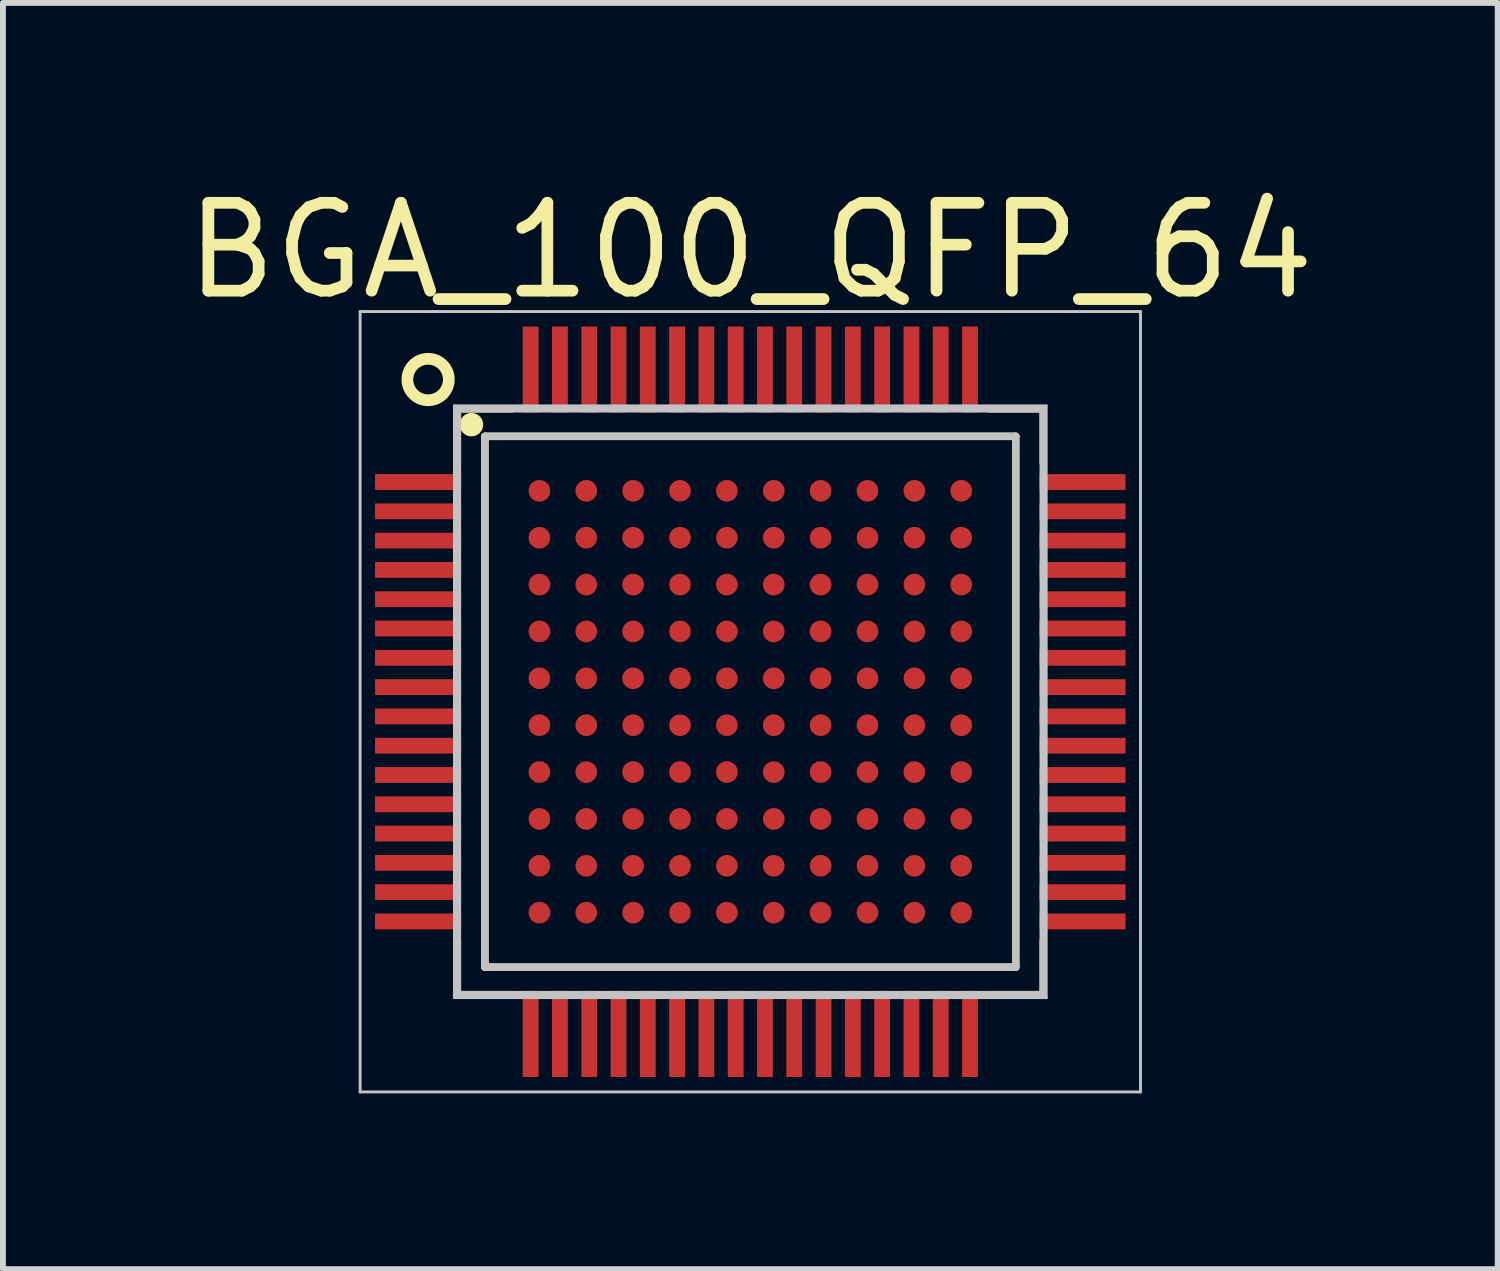
<source format=kicad_pcb>
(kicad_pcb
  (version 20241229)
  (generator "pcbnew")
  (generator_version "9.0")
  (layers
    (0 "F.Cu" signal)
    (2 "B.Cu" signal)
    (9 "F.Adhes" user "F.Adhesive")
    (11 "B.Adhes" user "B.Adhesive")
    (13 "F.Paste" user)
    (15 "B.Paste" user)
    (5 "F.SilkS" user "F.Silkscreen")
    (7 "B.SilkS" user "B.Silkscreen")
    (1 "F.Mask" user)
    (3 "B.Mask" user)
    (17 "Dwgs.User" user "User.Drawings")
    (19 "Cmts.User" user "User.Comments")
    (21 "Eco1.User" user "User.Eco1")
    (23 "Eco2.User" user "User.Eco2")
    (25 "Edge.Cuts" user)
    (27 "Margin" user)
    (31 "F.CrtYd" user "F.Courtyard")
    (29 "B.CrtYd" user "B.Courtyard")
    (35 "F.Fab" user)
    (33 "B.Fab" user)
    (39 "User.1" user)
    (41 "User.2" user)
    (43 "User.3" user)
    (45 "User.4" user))
  (footprint "BGA_100_QFP_64"
    (layer "F.Cu")
    (at 9.757 8.928)
    (property "Reference" "BGA_100_QFP_64" (at 0 -7.7 0) (layer "F.SilkS") (effects (font (size 1.5 1.5) (thickness 0.2))))
    (attr smd)
    (fp_line (start -5 -5) (end -5 -4.07) (stroke (width 0.127) (type solid)) (layer "F.SilkS"))
    (fp_line (start -5 4.07) (end -5 5) (stroke (width 0.127) (type solid)) (layer "F.SilkS"))
    (fp_line (start -5 5) (end -4.07 5) (stroke (width 0.127) (type solid)) (layer "F.SilkS"))
    (fp_line (start -4.53 -4.53) (end 4.53 -4.53) (stroke (width 0.127) (type solid)) (layer "F.SilkS"))
    (fp_line (start -4.53 4.53) (end -4.53 -4.53) (stroke (width 0.127) (type solid)) (layer "F.SilkS"))
    (fp_line (start -4.07 -5) (end -5 -5) (stroke (width 0.127) (type solid)) (layer "F.SilkS"))
    (fp_line (start 4.07 -5) (end 5 -5) (stroke (width 0.127) (type solid)) (layer "F.SilkS"))
    (fp_line (start 4.53 -4.53) (end 4.53 4.53) (stroke (width 0.127) (type solid)) (layer "F.SilkS"))
    (fp_line (start 4.53 4.53) (end -4.53 4.53) (stroke (width 0.127) (type solid)) (layer "F.SilkS"))
    (fp_line (start 5 -5) (end 5 -4.07) (stroke (width 0.127) (type solid)) (layer "F.SilkS"))
    (fp_line (start 5 4.07) (end 5 5) (stroke (width 0.127) (type solid)) (layer "F.SilkS"))
    (fp_line (start 5 5) (end 4.07 5) (stroke (width 0.127) (type solid)) (layer "F.SilkS"))
    (fp_circle (center -5.5 -5.5) (end -5.25 -5.75) (stroke (width 0.2) (type solid)) (fill no) (layer "F.SilkS"))
    (fp_circle (center -4.76 -4.73) (end -4.66 -4.73) (stroke (width 0.2) (type solid)) (fill no) (layer "F.SilkS"))
    (fp_line (start -6.66 -6.66) (end -6.66 6.66) (stroke (width 0.05) (type solid)) (layer "Dwgs.User"))
    (fp_line (start -6.66 6.66) (end 6.66 6.66) (stroke (width 0.05) (type solid)) (layer "Dwgs.User"))
    (fp_line (start -5.05 -5.05) (end 5.05 -5.05) (stroke (width 0.05) (type solid)) (layer "Dwgs.User"))
    (fp_line (start -5.05 5.05) (end -5.05 -5.05) (stroke (width 0.05) (type solid)) (layer "Dwgs.User"))
    (fp_line (start -5 -5) (end -5 5) (stroke (width 0.127) (type solid)) (layer "Dwgs.User"))
    (fp_line (start -5 5) (end 5 5) (stroke (width 0.127) (type solid)) (layer "Dwgs.User"))
    (fp_line (start -4.53 -4.53) (end 4.53 -4.53) (stroke (width 0.127) (type solid)) (layer "Dwgs.User"))
    (fp_line (start -4.53 4.53) (end -4.53 -4.53) (stroke (width 0.127) (type solid)) (layer "Dwgs.User"))
    (fp_line (start 4.53 -4.53) (end 4.53 4.53) (stroke (width 0.127) (type solid)) (layer "Dwgs.User"))
    (fp_line (start 4.53 4.53) (end -4.53 4.53) (stroke (width 0.127) (type solid)) (layer "Dwgs.User"))
    (fp_line (start 5 -5) (end -5 -5) (stroke (width 0.127) (type solid)) (layer "Dwgs.User"))
    (fp_line (start 5 5) (end 5 -5) (stroke (width 0.127) (type solid)) (layer "Dwgs.User"))
    (fp_line (start 5.05 -5.05) (end 5.05 5.05) (stroke (width 0.05) (type solid)) (layer "Dwgs.User"))
    (fp_line (start 5.05 5.05) (end -5.05 5.05) (stroke (width 0.05) (type solid)) (layer "Dwgs.User"))
    (fp_line (start 6.66 -6.66) (end -6.66 -6.66) (stroke (width 0.05) (type solid)) (layer "Dwgs.User"))
    (fp_line (start 6.66 6.66) (end 6.66 -6.66) (stroke (width 0.05) (type solid)) (layer "Dwgs.User"))
    (pad "A1" smd rect (at -5.67 -2.25) (size 1.47 0.27) (layers "F.Cu" "F.Mask" "F.Paste"))
    (pad "A1" smd circle (at -3.6 -3.6) (size 0.37 0.37) (layers "F.Cu" "F.Mask" "F.Paste"))
    (pad "A2" smd circle (at -2.8 -3.6) (size 0.37 0.37) (layers "F.Cu" "F.Mask" "F.Paste"))
    (pad "A3" smd circle (at -2 -3.6) (size 0.37 0.37) (layers "F.Cu" "F.Mask" "F.Paste"))
    (pad "A3" smd rect (at 5.67 -2.25 180) (size 1.47 0.27) (layers "F.Cu" "F.Mask" "F.Paste"))
    (pad "A4" smd rect (at -2.75 -5.67 270) (size 1.47 0.27) (layers "F.Cu" "F.Mask" "F.Paste"))
    (pad "A4" smd circle (at -1.2 -3.6) (size 0.37 0.37) (layers "F.Cu" "F.Mask" "F.Paste"))
    (pad "A5" smd rect (at -2.25 -5.67 270) (size 1.47 0.27) (layers "F.Cu" "F.Mask" "F.Paste"))
    (pad "A5" smd circle (at -0.4 -3.6) (size 0.37 0.37) (layers "F.Cu" "F.Mask" "F.Paste"))
    (pad "A6" smd rect (at -1.25 -5.67 270) (size 1.47 0.27) (layers "F.Cu" "F.Mask" "F.Paste"))
    (pad "A6" smd circle (at 0.4 -3.6) (size 0.37 0.37) (layers "F.Cu" "F.Mask" "F.Paste"))
    (pad "A7" smd rect (at -0.25 -5.67 270) (size 1.47 0.27) (layers "F.Cu" "F.Mask" "F.Paste"))
    (pad "A7" smd circle (at 1.2 -3.6) (size 0.37 0.37) (layers "F.Cu" "F.Mask" "F.Paste"))
    (pad "A8" smd rect (at 0.25 -5.67 270) (size 1.47 0.27) (layers "F.Cu" "F.Mask" "F.Paste"))
    (pad "A8" smd circle (at 2 -3.6) (size 0.37 0.37) (layers "F.Cu" "F.Mask" "F.Paste"))
    (pad "A9" smd rect (at 2.75 -5.67 270) (size 1.47 0.27) (layers "F.Cu" "F.Mask" "F.Paste"))
    (pad "A9" smd circle (at 2.8 -3.6) (size 0.37 0.37) (layers "F.Cu" "F.Mask" "F.Paste"))
    (pad "A10" smd rect (at 3.25 -5.67 270) (size 1.47 0.27) (layers "F.Cu" "F.Mask" "F.Paste"))
    (pad "A10" smd circle (at 3.6 -3.6) (size 0.37 0.37) (layers "F.Cu" "F.Mask" "F.Paste"))
    (pad "B1" smd circle (at -3.6 -2.8) (size 0.37 0.37) (layers "F.Cu" "F.Mask" "F.Paste"))
    (pad "B2" smd rect (at -5.67 -3.75) (size 1.47 0.27) (layers "F.Cu" "F.Mask" "F.Paste"))
    (pad "B2" smd circle (at -2.8 -2.8) (size 0.37 0.37) (layers "F.Cu" "F.Mask" "F.Paste"))
    (pad "B3" smd circle (at -2 -2.8) (size 0.37 0.37) (layers "F.Cu" "F.Mask" "F.Paste"))
    (pad "B4" smd rect (at -3.25 -5.67 270) (size 1.47 0.27) (layers "F.Cu" "F.Mask" "F.Paste"))
    (pad "B4" smd circle (at -1.2 -2.8) (size 0.37 0.37) (layers "F.Cu" "F.Mask" "F.Paste"))
    (pad "B5" smd circle (at -0.4 -2.8) (size 0.37 0.37) (layers "F.Cu" "F.Mask" "F.Paste"))
    (pad "B6" smd circle (at 0.4 -2.8) (size 0.37 0.37) (layers "F.Cu" "F.Mask" "F.Paste"))
    (pad "B7" smd circle (at 1.2 -2.8) (size 0.37 0.37) (layers "F.Cu" "F.Mask" "F.Paste"))
    (pad "B7" smd rect (at 2.25 -5.67 270) (size 1.47 0.27) (layers "F.Cu" "F.Mask" "F.Paste"))
    (pad "B8" smd circle (at 2 -2.8) (size 0.37 0.37) (layers "F.Cu" "F.Mask" "F.Paste"))
    (pad "B9" smd circle (at 2.8 -2.8) (size 0.37 0.37) (layers "F.Cu" "F.Mask" "F.Paste"))
    (pad "B10" smd circle (at 3.6 -2.8) (size 0.37 0.37) (layers "F.Cu" "F.Mask" "F.Paste"))
    (pad "B10" smd rect (at 3.75 -5.67 270) (size 1.47 0.27) (layers "F.Cu" "F.Mask" "F.Paste"))
    (pad "C1" smd rect (at -5.67 -1.75) (size 1.47 0.27) (layers "F.Cu" "F.Mask" "F.Paste"))
    (pad "C1" smd circle (at -3.6 -2) (size 0.37 0.37) (layers "F.Cu" "F.Mask" "F.Paste"))
    (pad "C2" smd rect (at -3.75 -5.67 270) (size 1.47 0.27) (layers "F.Cu" "F.Mask" "F.Paste"))
    (pad "C2" smd circle (at -2.8 -2) (size 0.37 0.37) (layers "F.Cu" "F.Mask" "F.Paste"))
    (pad "C3" smd circle (at -2 -2) (size 0.37 0.37) (layers "F.Cu" "F.Mask" "F.Paste"))
    (pad "C4" smd circle (at -1.2 -2) (size 0.37 0.37) (layers "F.Cu" "F.Mask" "F.Paste"))
    (pad "C5" smd circle (at -0.4 -2) (size 0.37 0.37) (layers "F.Cu" "F.Mask" "F.Paste"))
    (pad "C5" smd rect (at 0.75 -5.67 270) (size 1.47 0.27) (layers "F.Cu" "F.Mask" "F.Paste"))
    (pad "C6" smd circle (at 0.4 -2) (size 0.37 0.37) (layers "F.Cu" "F.Mask" "F.Paste"))
    (pad "C6" smd rect (at 1.75 -5.67 270) (size 1.47 0.27) (layers "F.Cu" "F.Mask" "F.Paste"))
    (pad "C7" smd circle (at 1.2 -2) (size 0.37 0.37) (layers "F.Cu" "F.Mask" "F.Paste"))
    (pad "C8" smd circle (at 2 -2) (size 0.37 0.37) (layers "F.Cu" "F.Mask" "F.Paste"))
    (pad "C8" smd rect (at 5.67 -3.25 180) (size 1.47 0.27) (layers "F.Cu" "F.Mask" "F.Paste"))
    (pad "C9" smd circle (at 2.8 -2) (size 0.37 0.37) (layers "F.Cu" "F.Mask" "F.Paste"))
    (pad "C10" smd circle (at 3.6 -2) (size 0.37 0.37) (layers "F.Cu" "F.Mask" "F.Paste"))
    (pad "C10" smd rect (at 5.67 -3.75 180) (size 1.47 0.27) (layers "F.Cu" "F.Mask" "F.Paste"))
    (pad "D1" smd rect (at -5.67 -1.25) (size 1.47 0.27) (layers "F.Cu" "F.Mask" "F.Paste"))
    (pad "D1" smd circle (at -3.6 -1.2) (size 0.37 0.37) (layers "F.Cu" "F.Mask" "F.Paste"))
    (pad "D2" smd rect (at -5.67 -2.75) (size 1.47 0.27) (layers "F.Cu" "F.Mask" "F.Paste"))
    (pad "D2" smd circle (at -2.8 -1.2) (size 0.37 0.37) (layers "F.Cu" "F.Mask" "F.Paste"))
    (pad "D3" smd circle (at -2 -1.2) (size 0.37 0.37) (layers "F.Cu" "F.Mask" "F.Paste"))
    (pad "D4" smd circle (at -1.2 -1.2) (size 0.37 0.37) (layers "F.Cu" "F.Mask" "F.Paste"))
    (pad "D5" smd rect (at -5.67 -3.25) (size 1.47 0.27) (layers "F.Cu" "F.Mask" "F.Paste"))
    (pad "D5" smd circle (at -0.4 -1.2) (size 0.37 0.37) (layers "F.Cu" "F.Mask" "F.Paste"))
    (pad "D6" smd rect (at -3.75 5.67 90) (size 1.47 0.27) (layers "F.Cu" "F.Mask" "F.Paste"))
    (pad "D6" smd circle (at 0.4 -1.2) (size 0.37 0.37) (layers "F.Cu" "F.Mask" "F.Paste"))
    (pad "D7" smd circle (at 1.2 -1.2) (size 0.37 0.37) (layers "F.Cu" "F.Mask" "F.Paste"))
    (pad "D7" smd rect (at 1.25 -5.67 270) (size 1.47 0.27) (layers "F.Cu" "F.Mask" "F.Paste"))
    (pad "D8" smd circle (at 2 -1.2) (size 0.37 0.37) (layers "F.Cu" "F.Mask" "F.Paste"))
    (pad "D8" smd rect (at 5.67 -1.75 180) (size 1.47 0.27) (layers "F.Cu" "F.Mask" "F.Paste"))
    (pad "D9" smd circle (at 2.8 -1.2) (size 0.37 0.37) (layers "F.Cu" "F.Mask" "F.Paste"))
    (pad "D10" smd circle (at 3.6 -1.2) (size 0.37 0.37) (layers "F.Cu" "F.Mask" "F.Paste"))
    (pad "E1" smd rect (at -5.67 0.25) (size 1.47 0.27) (layers "F.Cu" "F.Mask" "F.Paste"))
    (pad "E1" smd circle (at -3.6 -0.4) (size 0.37 0.37) (layers "F.Cu" "F.Mask" "F.Paste"))
    (pad "E2" smd circle (at -2.8 -0.4) (size 0.37 0.37) (layers "F.Cu" "F.Mask" "F.Paste"))
    (pad "E3" smd rect (at -5.67 -0.75) (size 1.47 0.27) (layers "F.Cu" "F.Mask" "F.Paste"))
    (pad "E3" smd circle (at -2 -0.4) (size 0.37 0.37) (layers "F.Cu" "F.Mask" "F.Paste"))
    (pad "E4" smd circle (at -1.2 -0.4) (size 0.37 0.37) (layers "F.Cu" "F.Mask" "F.Paste"))
    (pad "E4" smd rect (at 5.67 -2.75 180) (size 1.47 0.27) (layers "F.Cu" "F.Mask" "F.Paste"))
    (pad "E5" smd rect (at -1.75 -5.67 270) (size 1.47 0.27) (layers "F.Cu" "F.Mask" "F.Paste"))
    (pad "E5" smd circle (at -0.4 -0.4) (size 0.37 0.37) (layers "F.Cu" "F.Mask" "F.Paste"))
    (pad "E6" smd circle (at 0.4 -0.4) (size 0.37 0.37) (layers "F.Cu" "F.Mask" "F.Paste"))
    (pad "E6" smd rect (at 5.67 0.75 180) (size 1.47 0.27) (layers "F.Cu" "F.Mask" "F.Paste"))
    (pad "E7" smd circle (at 1.2 -0.4) (size 0.37 0.37) (layers "F.Cu" "F.Mask" "F.Paste"))
    (pad "E7" smd rect (at 5.67 -0.25 180) (size 1.47 0.27) (layers "F.Cu" "F.Mask" "F.Paste"))
    (pad "E8" smd circle (at 2 -0.4) (size 0.37 0.37) (layers "F.Cu" "F.Mask" "F.Paste"))
    (pad "E8" smd rect (at 5.67 -0.75 180) (size 1.47 0.27) (layers "F.Cu" "F.Mask" "F.Paste"))
    (pad "E9" smd circle (at 2.8 -0.4) (size 0.37 0.37) (layers "F.Cu" "F.Mask" "F.Paste"))
    (pad "E10" smd circle (at 3.6 -0.4) (size 0.37 0.37) (layers "F.Cu" "F.Mask" "F.Paste"))
    (pad "E10" smd rect (at 5.67 -1.25 180) (size 1.47 0.27) (layers "F.Cu" "F.Mask" "F.Paste"))
    (pad "F1" smd rect (at -5.67 0.75) (size 1.47 0.27) (layers "F.Cu" "F.Mask" "F.Paste"))
    (pad "F1" smd circle (at -3.6 0.4) (size 0.37 0.37) (layers "F.Cu" "F.Mask" "F.Paste"))
    (pad "F2" smd circle (at -2.8 0.4) (size 0.37 0.37) (layers "F.Cu" "F.Mask" "F.Paste"))
    (pad "F3" smd rect (at -5.67 -0.25) (size 1.47 0.27) (layers "F.Cu" "F.Mask" "F.Paste"))
    (pad "F3" smd circle (at -2 0.4) (size 0.37 0.37) (layers "F.Cu" "F.Mask" "F.Paste"))
    (pad "F4" smd circle (at -1.2 0.4) (size 0.37 0.37) (layers "F.Cu" "F.Mask" "F.Paste"))
    (pad "F5" smd rect (at -3.25 5.67 90) (size 1.47 0.27) (layers "F.Cu" "F.Mask" "F.Paste"))
    (pad "F5" smd circle (at -0.4 0.4) (size 0.37 0.37) (layers "F.Cu" "F.Mask" "F.Paste"))
    (pad "F6" smd circle (at 0.4 0.4) (size 0.37 0.37) (layers "F.Cu" "F.Mask" "F.Paste"))
    (pad "F6" smd rect (at 5.67 1.75 180) (size 1.47 0.27) (layers "F.Cu" "F.Mask" "F.Paste"))
    (pad "F7" smd circle (at 1.2 0.4) (size 0.37 0.37) (layers "F.Cu" "F.Mask" "F.Paste"))
    (pad "F8" smd circle (at 2 0.4) (size 0.37 0.37) (layers "F.Cu" "F.Mask" "F.Paste"))
    (pad "F8" smd rect (at 5.67 1.25 180) (size 1.47 0.27) (layers "F.Cu" "F.Mask" "F.Paste"))
    (pad "F9" smd circle (at 2.8 0.4) (size 0.37 0.37) (layers "F.Cu" "F.Mask" "F.Paste"))
    (pad "F9" smd rect (at 5.67 0.25 180) (size 1.47 0.27) (layers "F.Cu" "F.Mask" "F.Paste"))
    (pad "F10" smd circle (at 3.6 0.4) (size 0.37 0.37) (layers "F.Cu" "F.Mask" "F.Paste"))
    (pad "G1" smd rect (at -5.67 1.25) (size 1.47 0.27) (layers "F.Cu" "F.Mask" "F.Paste"))
    (pad "G1" smd circle (at -3.6 1.2) (size 0.37 0.37) (layers "F.Cu" "F.Mask" "F.Paste"))
    (pad "G2" smd circle (at -2.8 1.2) (size 0.37 0.37) (layers "F.Cu" "F.Mask" "F.Paste"))
    (pad "G3" smd rect (at -2.25 5.67 90) (size 1.47 0.27) (layers "F.Cu" "F.Mask" "F.Paste"))
    (pad "G3" smd circle (at -2 1.2) (size 0.37 0.37) (layers "F.Cu" "F.Mask" "F.Paste"))
    (pad "G4" smd rect (at -5.67 1.75) (size 1.47 0.27) (layers "F.Cu" "F.Mask" "F.Paste"))
    (pad "G4" smd circle (at -1.2 1.2) (size 0.37 0.37) (layers "F.Cu" "F.Mask" "F.Paste"))
    (pad "G5" smd circle (at -0.4 1.2) (size 0.37 0.37) (layers "F.Cu" "F.Mask" "F.Paste"))
    (pad "G5" smd rect (at -0.25 5.67 90) (size 1.47 0.27) (layers "F.Cu" "F.Mask" "F.Paste"))
    (pad "G6" smd circle (at 0.4 1.2) (size 0.37 0.37) (layers "F.Cu" "F.Mask" "F.Paste"))
    (pad "G6" smd rect (at 0.75 5.67 90) (size 1.47 0.27) (layers "F.Cu" "F.Mask" "F.Paste"))
    (pad "G7" smd circle (at 1.2 1.2) (size 0.37 0.37) (layers "F.Cu" "F.Mask" "F.Paste"))
    (pad "G7" smd rect (at 1.25 5.67 90) (size 1.47 0.27) (layers "F.Cu" "F.Mask" "F.Paste"))
    (pad "G8" smd circle (at 2 1.2) (size 0.37 0.37) (layers "F.Cu" "F.Mask" "F.Paste"))
    (pad "G9" smd circle (at 2.8 1.2) (size 0.37 0.37) (layers "F.Cu" "F.Mask" "F.Paste"))
    (pad "G9" smd rect (at 5.67 2.25 180) (size 1.47 0.27) (layers "F.Cu" "F.Mask" "F.Paste"))
    (pad "G10" smd circle (at 3.6 1.2) (size 0.37 0.37) (layers "F.Cu" "F.Mask" "F.Paste"))
    (pad "G10" smd rect (at 5.67 2.75 180) (size 1.47 0.27) (layers "F.Cu" "F.Mask" "F.Paste"))
    (pad "H1" smd rect (at -5.67 2.25) (size 1.47 0.27) (layers "F.Cu" "F.Mask" "F.Paste"))
    (pad "H1" smd circle (at -3.6 2) (size 0.37 0.37) (layers "F.Cu" "F.Mask" "F.Paste"))
    (pad "H2" smd rect (at -5.67 3.25) (size 1.47 0.27) (layers "F.Cu" "F.Mask" "F.Paste"))
    (pad "H2" smd circle (at -2.8 2) (size 0.37 0.37) (layers "F.Cu" "F.Mask" "F.Paste"))
    (pad "H3" smd circle (at -2 2) (size 0.37 0.37) (layers "F.Cu" "F.Mask" "F.Paste"))
    (pad "H4" smd rect (at -1.75 5.67 90) (size 1.47 0.27) (layers "F.Cu" "F.Mask" "F.Paste"))
    (pad "H4" smd circle (at -1.2 2) (size 0.37 0.37) (layers "F.Cu" "F.Mask" "F.Paste"))
    (pad "H5" smd rect (at -1.25 5.67 90) (size 1.47 0.27) (layers "F.Cu" "F.Mask" "F.Paste"))
    (pad "H5" smd circle (at -0.4 2) (size 0.37 0.37) (layers "F.Cu" "F.Mask" "F.Paste"))
    (pad "H6" smd circle (at 0.4 2) (size 0.37 0.37) (layers "F.Cu" "F.Mask" "F.Paste"))
    (pad "H7" smd circle (at 1.2 2) (size 0.37 0.37) (layers "F.Cu" "F.Mask" "F.Paste"))
    (pad "H7" smd rect (at 1.75 5.67 90) (size 1.47 0.27) (layers "F.Cu" "F.Mask" "F.Paste"))
    (pad "H8" smd circle (at 2 2) (size 0.37 0.37) (layers "F.Cu" "F.Mask" "F.Paste"))
    (pad "H9" smd circle (at 2.8 2) (size 0.37 0.37) (layers "F.Cu" "F.Mask" "F.Paste"))
    (pad "H9" smd rect (at 5.67 3.25 180) (size 1.47 0.27) (layers "F.Cu" "F.Mask" "F.Paste"))
    (pad "H10" smd circle (at 3.6 2) (size 0.37 0.37) (layers "F.Cu" "F.Mask" "F.Paste"))
    (pad "H10" smd rect (at 5.67 3.75 180) (size 1.47 0.27) (layers "F.Cu" "F.Mask" "F.Paste"))
    (pad "J1" smd circle (at -3.6 2.8) (size 0.37 0.37) (layers "F.Cu" "F.Mask" "F.Paste"))
    (pad "J2" smd circle (at -2.8 2.8) (size 0.37 0.37) (layers "F.Cu" "F.Mask" "F.Paste"))
    (pad "J3" smd rect (at -2.75 5.67 90) (size 1.47 0.27) (layers "F.Cu" "F.Mask" "F.Paste"))
    (pad "J3" smd circle (at -2 2.8) (size 0.37 0.37) (layers "F.Cu" "F.Mask" "F.Paste"))
    (pad "J4" smd circle (at -1.2 2.8) (size 0.37 0.37) (layers "F.Cu" "F.Mask" "F.Paste"))
    (pad "J5" smd rect (at -0.75 5.67 90) (size 1.47 0.27) (layers "F.Cu" "F.Mask" "F.Paste"))
    (pad "J5" smd circle (at -0.4 2.8) (size 0.37 0.37) (layers "F.Cu" "F.Mask" "F.Paste"))
    (pad "J6" smd rect (at 0.25 5.67 90) (size 1.47 0.27) (layers "F.Cu" "F.Mask" "F.Paste"))
    (pad "J6" smd circle (at 0.4 2.8) (size 0.37 0.37) (layers "F.Cu" "F.Mask" "F.Paste"))
    (pad "J7" smd circle (at 1.2 2.8) (size 0.37 0.37) (layers "F.Cu" "F.Mask" "F.Paste"))
    (pad "J7" smd rect (at 2.25 5.67 90) (size 1.47 0.27) (layers "F.Cu" "F.Mask" "F.Paste"))
    (pad "J8" smd circle (at 2 2.8) (size 0.37 0.37) (layers "F.Cu" "F.Mask" "F.Paste"))
    (pad "J9" smd circle (at 2.8 2.8) (size 0.37 0.37) (layers "F.Cu" "F.Mask" "F.Paste"))
    (pad "J10" smd rect (at -0.75 -5.67 270) (size 1.47 0.27) (layers "F.Cu" "F.Mask" "F.Paste"))
    (pad "J10" smd circle (at 3.6 2.8) (size 0.37 0.37) (layers "F.Cu" "F.Mask" "F.Paste"))
    (pad "K1" smd rect (at -5.67 2.75) (size 1.47 0.27) (layers "F.Cu" "F.Mask" "F.Paste"))
    (pad "K1" smd circle (at -3.6 3.6) (size 0.37 0.37) (layers "F.Cu" "F.Mask" "F.Paste"))
    (pad "K2" smd circle (at -2.8 3.6) (size 0.37 0.37) (layers "F.Cu" "F.Mask" "F.Paste"))
    (pad "K3" smd circle (at -2 3.6) (size 0.37 0.37) (layers "F.Cu" "F.Mask" "F.Paste"))
    (pad "K4" smd rect (at -5.67 3.75) (size 1.47 0.27) (layers "F.Cu" "F.Mask" "F.Paste"))
    (pad "K4" smd circle (at -1.2 3.6) (size 0.37 0.37) (layers "F.Cu" "F.Mask" "F.Paste"))
    (pad "K5" smd circle (at -0.4 3.6) (size 0.37 0.37) (layers "F.Cu" "F.Mask" "F.Paste"))
    (pad "K6" smd circle (at 0.4 3.6) (size 0.37 0.37) (layers "F.Cu" "F.Mask" "F.Paste"))
    (pad "K7" smd circle (at 1.2 3.6) (size 0.37 0.37) (layers "F.Cu" "F.Mask" "F.Paste"))
    (pad "K8" smd circle (at 2 3.6) (size 0.37 0.37) (layers "F.Cu" "F.Mask" "F.Paste"))
    (pad "K8" smd rect (at 2.75 5.67 90) (size 1.47 0.27) (layers "F.Cu" "F.Mask" "F.Paste"))
    (pad "K9" smd circle (at 2.8 3.6) (size 0.37 0.37) (layers "F.Cu" "F.Mask" "F.Paste"))
    (pad "K9" smd rect (at 3.25 5.67 90) (size 1.47 0.27) (layers "F.Cu" "F.Mask" "F.Paste"))
    (pad "K10" smd circle (at 3.6 3.6) (size 0.37 0.37) (layers "F.Cu" "F.Mask" "F.Paste"))
    (pad "K10" smd rect (at 3.75 5.67 90) (size 1.47 0.27) (layers "F.Cu" "F.Mask" "F.Paste")))
  (gr_rect
    (start -3 -3)
    (end 22.514 18.613)
    (stroke (width 0.1) (type default))
    (fill no)
    (layer "Edge.Cuts")))
</source>
